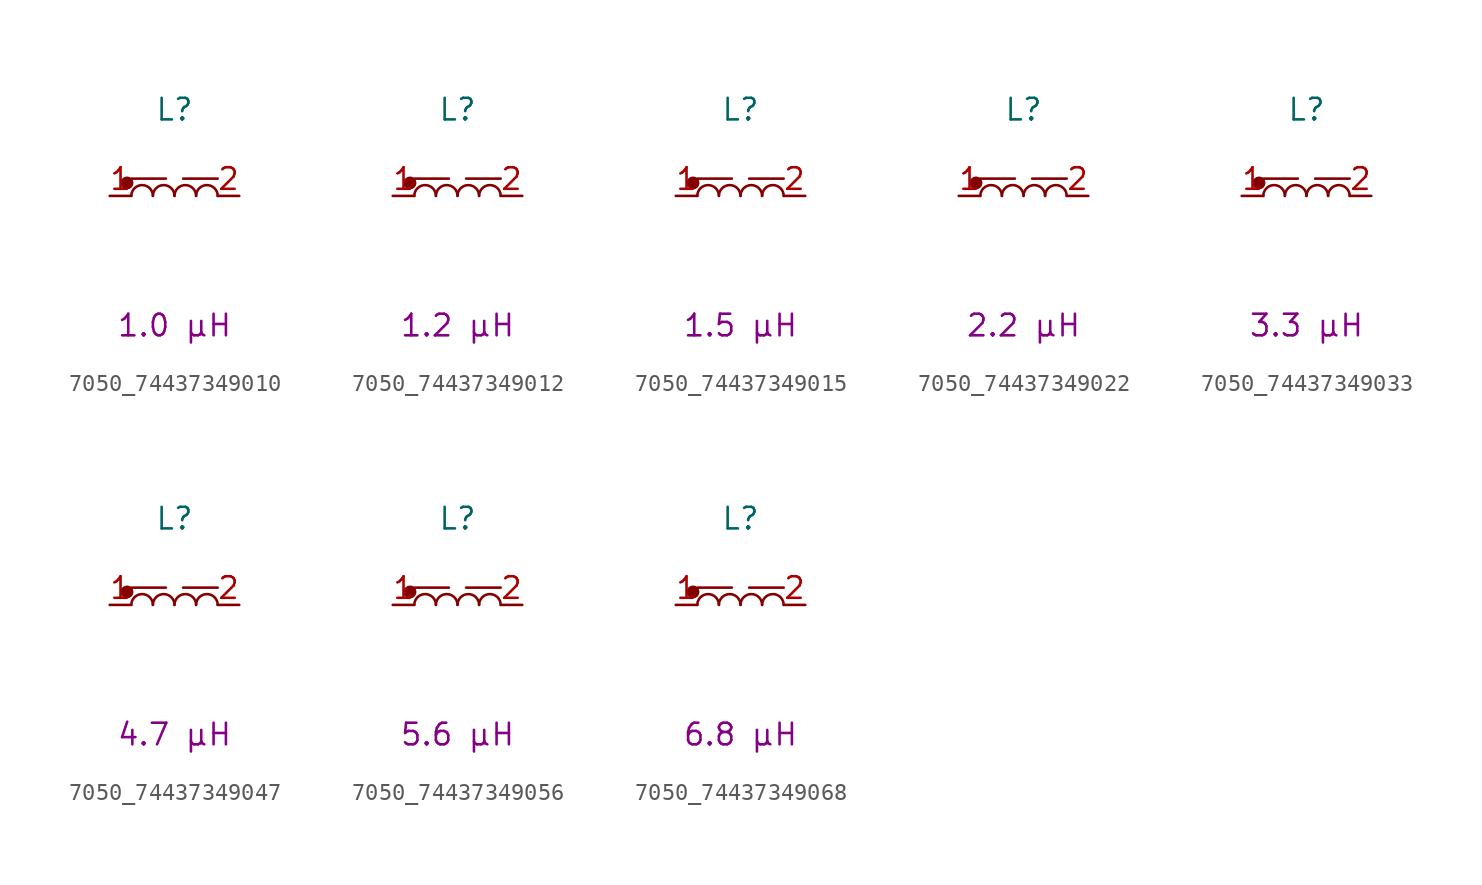
<source format=kicad_sym>
(kicad_symbol_lib
  (version 20220914)
  (generator kicad_symbol_editor)
  (symbol "7050_74437349010"
    (pin_names hide)
    (property "Reference" "L"
      (at 0 5.08 0)
      (effects (font (size 1.27 1.27))))
    (property "Critical Parameter" "1.0 µH"
      (at 0 -7.62 0)
      (effects (font (size 1.27 1.27))))
    (symbol "7050_74437349010_0_1"
      (arc (start -1.27 0) (mid -1.905 0.6323) (end -2.54 0) (stroke (width 0) (type default)) (fill (type none)))
      (arc (start 0 0) (mid -0.635 0.6323) (end -1.27 0) (stroke (width 0) (type default)) (fill (type none)))
      (polyline (pts (xy -2.54 1.016) (xy -0.508 1.016)) (stroke (width 0) (type default)) (fill (type none)))
      (arc (start 1.27 0) (mid 0.635 0.6323) (end 0 0) (stroke (width 0) (type default)) (fill (type none)))
      (arc (start 2.54 0) (mid 1.905 0.6323) (end 1.27 0) (stroke (width 0) (type default)) (fill (type none))))
    (symbol "7050_74437349010_1_1"
      (circle (center -2.794 0.762) (radius 0.0001) (stroke (width 0.381) (type default)) (fill (type none)))
      (polyline (pts (xy 2.54 1.016) (xy 0.508 1.016)) (stroke (width 0) (type default)) (fill (type none)))
      (pin passive line (at -3.81 0 0) (length 1.27) (name "1" (effects (font (size 1.27 1.27)))) (number "1" (effects (font (size 1.27 1.27)))))
      (pin passive line (at 3.81 0 180) (length 1.27) (name "2" (effects (font (size 1.27 1.27)))) (number "2" (effects (font (size 1.27 1.27)))))))
  (symbol "7050_74437349012"
    (pin_names hide)
    (property "Reference" "L"
      (at 0 5.08 0)
      (effects (font (size 1.27 1.27))))
    (property "Critical Parameter" "1.2 µH"
      (at 0 -7.62 0)
      (effects (font (size 1.27 1.27))))
    (symbol "7050_74437349012_0_1"
      (arc (start -1.27 0) (mid -1.905 0.6323) (end -2.54 0) (stroke (width 0) (type default)) (fill (type none)))
      (arc (start 0 0) (mid -0.635 0.6323) (end -1.27 0) (stroke (width 0) (type default)) (fill (type none)))
      (polyline (pts (xy -2.54 1.016) (xy -0.508 1.016)) (stroke (width 0) (type default)) (fill (type none)))
      (arc (start 1.27 0) (mid 0.635 0.6323) (end 0 0) (stroke (width 0) (type default)) (fill (type none)))
      (arc (start 2.54 0) (mid 1.905 0.6323) (end 1.27 0) (stroke (width 0) (type default)) (fill (type none))))
    (symbol "7050_74437349012_1_1"
      (circle (center -2.794 0.762) (radius 0.0001) (stroke (width 0.381) (type default)) (fill (type none)))
      (polyline (pts (xy 2.54 1.016) (xy 0.508 1.016)) (stroke (width 0) (type default)) (fill (type none)))
      (pin passive line (at -3.81 0 0) (length 1.27) (name "1" (effects (font (size 1.27 1.27)))) (number "1" (effects (font (size 1.27 1.27)))))
      (pin passive line (at 3.81 0 180) (length 1.27) (name "2" (effects (font (size 1.27 1.27)))) (number "2" (effects (font (size 1.27 1.27)))))))
  (symbol "7050_74437349015"
    (pin_names hide)
    (property "Reference" "L"
      (at 0 5.08 0)
      (effects (font (size 1.27 1.27))))
    (property "Critical Parameter" "1.5 µH"
      (at 0 -7.62 0)
      (effects (font (size 1.27 1.27))))
    (symbol "7050_74437349015_0_1"
      (arc (start -1.27 0) (mid -1.905 0.6323) (end -2.54 0) (stroke (width 0) (type default)) (fill (type none)))
      (arc (start 0 0) (mid -0.635 0.6323) (end -1.27 0) (stroke (width 0) (type default)) (fill (type none)))
      (polyline (pts (xy -2.54 1.016) (xy -0.508 1.016)) (stroke (width 0) (type default)) (fill (type none)))
      (arc (start 1.27 0) (mid 0.635 0.6323) (end 0 0) (stroke (width 0) (type default)) (fill (type none)))
      (arc (start 2.54 0) (mid 1.905 0.6323) (end 1.27 0) (stroke (width 0) (type default)) (fill (type none))))
    (symbol "7050_74437349015_1_1"
      (circle (center -2.794 0.762) (radius 0.0001) (stroke (width 0.381) (type default)) (fill (type none)))
      (polyline (pts (xy 2.54 1.016) (xy 0.508 1.016)) (stroke (width 0) (type default)) (fill (type none)))
      (pin passive line (at -3.81 0 0) (length 1.27) (name "1" (effects (font (size 1.27 1.27)))) (number "1" (effects (font (size 1.27 1.27)))))
      (pin passive line (at 3.81 0 180) (length 1.27) (name "2" (effects (font (size 1.27 1.27)))) (number "2" (effects (font (size 1.27 1.27)))))))
  (symbol "7050_74437349022"
    (pin_names hide)
    (property "Reference" "L"
      (at 0 5.08 0)
      (effects (font (size 1.27 1.27))))
    (property "Critical Parameter" "2.2 µH"
      (at 0 -7.62 0)
      (effects (font (size 1.27 1.27))))
    (symbol "7050_74437349022_0_1"
      (arc (start -1.27 0) (mid -1.905 0.6323) (end -2.54 0) (stroke (width 0) (type default)) (fill (type none)))
      (arc (start 0 0) (mid -0.635 0.6323) (end -1.27 0) (stroke (width 0) (type default)) (fill (type none)))
      (polyline (pts (xy -2.54 1.016) (xy -0.508 1.016)) (stroke (width 0) (type default)) (fill (type none)))
      (arc (start 1.27 0) (mid 0.635 0.6323) (end 0 0) (stroke (width 0) (type default)) (fill (type none)))
      (arc (start 2.54 0) (mid 1.905 0.6323) (end 1.27 0) (stroke (width 0) (type default)) (fill (type none))))
    (symbol "7050_74437349022_1_1"
      (circle (center -2.794 0.762) (radius 0.0001) (stroke (width 0.381) (type default)) (fill (type none)))
      (polyline (pts (xy 2.54 1.016) (xy 0.508 1.016)) (stroke (width 0) (type default)) (fill (type none)))
      (pin passive line (at -3.81 0 0) (length 1.27) (name "1" (effects (font (size 1.27 1.27)))) (number "1" (effects (font (size 1.27 1.27)))))
      (pin passive line (at 3.81 0 180) (length 1.27) (name "2" (effects (font (size 1.27 1.27)))) (number "2" (effects (font (size 1.27 1.27)))))))
  (symbol "7050_74437349033"
    (pin_names hide)
    (property "Reference" "L"
      (at 0 5.08 0)
      (effects (font (size 1.27 1.27))))
    (property "Critical Parameter" "3.3 µH"
      (at 0 -7.62 0)
      (effects (font (size 1.27 1.27))))
    (symbol "7050_74437349033_0_1"
      (arc (start -1.27 0) (mid -1.905 0.6323) (end -2.54 0) (stroke (width 0) (type default)) (fill (type none)))
      (arc (start 0 0) (mid -0.635 0.6323) (end -1.27 0) (stroke (width 0) (type default)) (fill (type none)))
      (polyline (pts (xy -2.54 1.016) (xy -0.508 1.016)) (stroke (width 0) (type default)) (fill (type none)))
      (arc (start 1.27 0) (mid 0.635 0.6323) (end 0 0) (stroke (width 0) (type default)) (fill (type none)))
      (arc (start 2.54 0) (mid 1.905 0.6323) (end 1.27 0) (stroke (width 0) (type default)) (fill (type none))))
    (symbol "7050_74437349033_1_1"
      (circle (center -2.794 0.762) (radius 0.0001) (stroke (width 0.381) (type default)) (fill (type none)))
      (polyline (pts (xy 2.54 1.016) (xy 0.508 1.016)) (stroke (width 0) (type default)) (fill (type none)))
      (pin passive line (at -3.81 0 0) (length 1.27) (name "1" (effects (font (size 1.27 1.27)))) (number "1" (effects (font (size 1.27 1.27)))))
      (pin passive line (at 3.81 0 180) (length 1.27) (name "2" (effects (font (size 1.27 1.27)))) (number "2" (effects (font (size 1.27 1.27)))))))
  (symbol "7050_74437349047"
    (pin_names hide)
    (property "Reference" "L"
      (at 0 5.08 0)
      (effects (font (size 1.27 1.27))))
    (property "Critical Parameter" "4.7 µH"
      (at 0 -7.62 0)
      (effects (font (size 1.27 1.27))))
    (symbol "7050_74437349047_0_1"
      (arc (start -1.27 0) (mid -1.905 0.6323) (end -2.54 0) (stroke (width 0) (type default)) (fill (type none)))
      (arc (start 0 0) (mid -0.635 0.6323) (end -1.27 0) (stroke (width 0) (type default)) (fill (type none)))
      (polyline (pts (xy -2.54 1.016) (xy -0.508 1.016)) (stroke (width 0) (type default)) (fill (type none)))
      (arc (start 1.27 0) (mid 0.635 0.6323) (end 0 0) (stroke (width 0) (type default)) (fill (type none)))
      (arc (start 2.54 0) (mid 1.905 0.6323) (end 1.27 0) (stroke (width 0) (type default)) (fill (type none))))
    (symbol "7050_74437349047_1_1"
      (circle (center -2.794 0.762) (radius 0.0001) (stroke (width 0.381) (type default)) (fill (type none)))
      (polyline (pts (xy 2.54 1.016) (xy 0.508 1.016)) (stroke (width 0) (type default)) (fill (type none)))
      (pin passive line (at -3.81 0 0) (length 1.27) (name "1" (effects (font (size 1.27 1.27)))) (number "1" (effects (font (size 1.27 1.27)))))
      (pin passive line (at 3.81 0 180) (length 1.27) (name "2" (effects (font (size 1.27 1.27)))) (number "2" (effects (font (size 1.27 1.27)))))))
  (symbol "7050_74437349056"
    (pin_names hide)
    (property "Reference" "L"
      (at 0 5.08 0)
      (effects (font (size 1.27 1.27))))
    (property "Critical Parameter" "5.6 µH"
      (at 0 -7.62 0)
      (effects (font (size 1.27 1.27))))
    (symbol "7050_74437349056_0_1"
      (arc (start -1.27 0) (mid -1.905 0.6323) (end -2.54 0) (stroke (width 0) (type default)) (fill (type none)))
      (arc (start 0 0) (mid -0.635 0.6323) (end -1.27 0) (stroke (width 0) (type default)) (fill (type none)))
      (polyline (pts (xy -2.54 1.016) (xy -0.508 1.016)) (stroke (width 0) (type default)) (fill (type none)))
      (arc (start 1.27 0) (mid 0.635 0.6323) (end 0 0) (stroke (width 0) (type default)) (fill (type none)))
      (arc (start 2.54 0) (mid 1.905 0.6323) (end 1.27 0) (stroke (width 0) (type default)) (fill (type none))))
    (symbol "7050_74437349056_1_1"
      (circle (center -2.794 0.762) (radius 0.0001) (stroke (width 0.381) (type default)) (fill (type none)))
      (polyline (pts (xy 2.54 1.016) (xy 0.508 1.016)) (stroke (width 0) (type default)) (fill (type none)))
      (pin passive line (at -3.81 0 0) (length 1.27) (name "1" (effects (font (size 1.27 1.27)))) (number "1" (effects (font (size 1.27 1.27)))))
      (pin passive line (at 3.81 0 180) (length 1.27) (name "2" (effects (font (size 1.27 1.27)))) (number "2" (effects (font (size 1.27 1.27)))))))
  (symbol "7050_74437349068"
    (pin_names hide)
    (property "Reference" "L"
      (at 0 5.08 0)
      (effects (font (size 1.27 1.27))))
    (property "Critical Parameter" "6.8 µH"
      (at 0 -7.62 0)
      (effects (font (size 1.27 1.27))))
    (symbol "7050_74437349068_0_1"
      (arc (start -1.27 0) (mid -1.905 0.6323) (end -2.54 0) (stroke (width 0) (type default)) (fill (type none)))
      (arc (start 0 0) (mid -0.635 0.6323) (end -1.27 0) (stroke (width 0) (type default)) (fill (type none)))
      (polyline (pts (xy -2.54 1.016) (xy -0.508 1.016)) (stroke (width 0) (type default)) (fill (type none)))
      (arc (start 1.27 0) (mid 0.635 0.6323) (end 0 0) (stroke (width 0) (type default)) (fill (type none)))
      (arc (start 2.54 0) (mid 1.905 0.6323) (end 1.27 0) (stroke (width 0) (type default)) (fill (type none))))
    (symbol "7050_74437349068_1_1"
      (circle (center -2.794 0.762) (radius 0.0001) (stroke (width 0.381) (type default)) (fill (type none)))
      (polyline (pts (xy 2.54 1.016) (xy 0.508 1.016)) (stroke (width 0) (type default)) (fill (type none)))
      (pin passive line (at -3.81 0 0) (length 1.27) (name "1" (effects (font (size 1.27 1.27)))) (number "1" (effects (font (size 1.27 1.27)))))
      (pin passive line (at 3.81 0 180) (length 1.27) (name "2" (effects (font (size 1.27 1.27)))) (number "2" (effects (font (size 1.27 1.27))))))))
</source>
